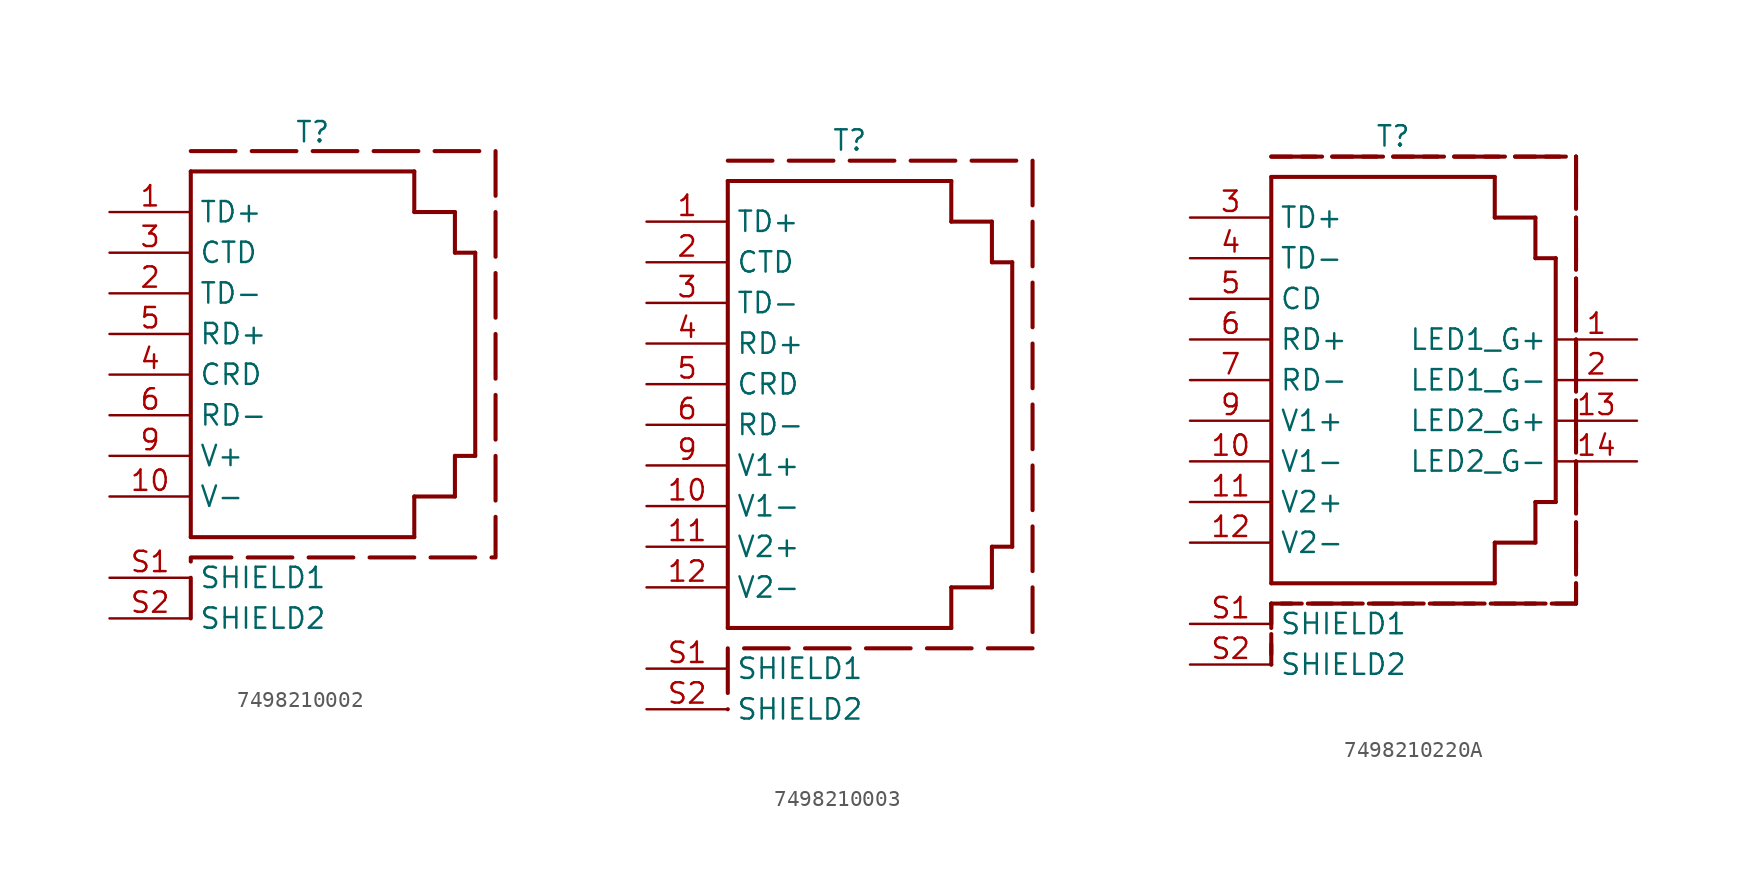
<source format=kicad_sym>
(kicad_symbol_lib
  (version 20220914)
  (generator kicad_symbol_editor)
  (symbol "7498210002"
    (property "Reference" "T"
      (at 0 15.16 0)
      (effects (font (size 1.27 1.27))))
    (property "Critical Parameter" ""
      (at 0 -5.08 0)
      (effects (font (size 1.27 1.27)) (justify left)))
    (symbol "7498210002_0_0"
      (polyline (pts (xy -7.62 -10.16) (xy -7.62 12.7)) (stroke (width 0.254) (type default)) (fill (type none)))
      (polyline (pts (xy -7.62 12.7) (xy 6.35 12.7)) (stroke (width 0.254) (type default)) (fill (type none)))
      (polyline (pts (xy 6.35 -10.16) (xy -7.62 -10.16)) (stroke (width 0.254) (type default)) (fill (type none)))
      (polyline (pts (xy 6.35 -10.16) (xy 6.35 -7.62)) (stroke (width 0.254) (type default)) (fill (type none)))
      (polyline (pts (xy 6.35 -7.62) (xy 8.89 -7.62)) (stroke (width 0.254) (type default)) (fill (type none)))
      (polyline (pts (xy 6.35 10.16) (xy 8.89 10.16)) (stroke (width 0.254) (type default)) (fill (type none)))
      (polyline (pts (xy 6.35 12.7) (xy 6.35 10.16)) (stroke (width 0.254) (type default)) (fill (type none)))
      (polyline (pts (xy 8.89 -7.62) (xy 8.89 -5.08)) (stroke (width 0.254) (type default)) (fill (type none)))
      (polyline (pts (xy 8.89 -5.08) (xy 10.16 -5.08)) (stroke (width 0.254) (type default)) (fill (type none)))
      (polyline (pts (xy 8.89 7.62) (xy 10.16 7.62)) (stroke (width 0.254) (type default)) (fill (type none)))
      (polyline (pts (xy 8.89 10.16) (xy 8.89 7.62)) (stroke (width 0.254) (type default)) (fill (type none)))
      (polyline (pts (xy 10.16 7.62) (xy 10.16 -5.08)) (stroke (width 0.254) (type default)) (fill (type none)))
      (pin passive line (at -12.7 10.16 0) (length 5.08) (name "TD+" (effects (font (size 1.27 1.27)))) (number "1" (effects (font (size 1.27 1.27)))))
      (pin passive line (at -12.7 -7.62 0) (length 5.08) (name "V-" (effects (font (size 1.27 1.27)))) (number "10" (effects (font (size 1.27 1.27)))))
      (pin passive line (at -12.7 5.08 0) (length 5.08) (name "TD-" (effects (font (size 1.27 1.27)))) (number "2" (effects (font (size 1.27 1.27)))))
      (pin passive line (at -12.7 7.62 0) (length 5.08) (name "CTD" (effects (font (size 1.27 1.27)))) (number "3" (effects (font (size 1.27 1.27)))))
      (pin passive line (at -12.7 0 0) (length 5.08) (name "CRD" (effects (font (size 1.27 1.27)))) (number "4" (effects (font (size 1.27 1.27)))))
      (pin passive line (at -12.7 2.54 0) (length 5.08) (name "RD+" (effects (font (size 1.27 1.27)))) (number "5" (effects (font (size 1.27 1.27)))))
      (pin passive line (at -12.7 -2.54 0) (length 5.08) (name "RD-" (effects (font (size 1.27 1.27)))) (number "6" (effects (font (size 1.27 1.27)))))
      (pin passive line (at -12.7 -5.08 0) (length 5.08) (name "V+" (effects (font (size 1.27 1.27)))) (number "9" (effects (font (size 1.27 1.27)))))
      (pin passive line (at -12.7 -12.7 0) (length 5.08) (name "SHIELD1" (effects (font (size 1.27 1.27)))) (number "S1" (effects (font (size 1.27 1.27)))))
      (pin passive line (at -12.7 -15.24 0) (length 5.08) (name "SHIELD2" (effects (font (size 1.27 1.27)))) (number "S2" (effects (font (size 1.27 1.27))))))
    (symbol "7498210002_1_1"
      (polyline (pts (xy -7.62 13.97) (xy 11.43 13.97) (xy 11.43 -11.43) (xy -7.62 -11.43) (xy -7.62 -15.24)) (stroke (width 0.254) (type dash)) (fill (type none)))))
  (symbol "7498210003"
    (property "Reference" "T"
      (at 0 17.78 0)
      (effects (font (size 1.27 1.27))))
    (property "Critical Parameter" ""
      (at 0 -5.08 0)
      (effects (font (size 1.27 1.27)) (justify left)))
    (symbol "7498210003_0_0"
      (polyline (pts (xy -7.62 -12.7) (xy -7.62 15.24)) (stroke (width 0.254) (type default)) (fill (type none)))
      (polyline (pts (xy -7.62 15.24) (xy 6.35 15.24)) (stroke (width 0.254) (type default)) (fill (type none)))
      (polyline (pts (xy 6.35 -12.7) (xy -7.62 -12.7)) (stroke (width 0.254) (type default)) (fill (type none)))
      (polyline (pts (xy 6.35 -12.7) (xy 6.35 -10.16)) (stroke (width 0.254) (type default)) (fill (type none)))
      (polyline (pts (xy 6.35 -10.16) (xy 8.89 -10.16)) (stroke (width 0.254) (type default)) (fill (type none)))
      (polyline (pts (xy 6.35 12.7) (xy 8.89 12.7)) (stroke (width 0.254) (type default)) (fill (type none)))
      (polyline (pts (xy 6.35 15.24) (xy 6.35 12.7)) (stroke (width 0.254) (type default)) (fill (type none)))
      (polyline (pts (xy 8.89 -10.16) (xy 8.89 -7.62)) (stroke (width 0.254) (type default)) (fill (type none)))
      (polyline (pts (xy 8.89 -7.62) (xy 10.16 -7.62)) (stroke (width 0.254) (type default)) (fill (type none)))
      (polyline (pts (xy 8.89 10.16) (xy 10.16 10.16)) (stroke (width 0.254) (type default)) (fill (type none)))
      (polyline (pts (xy 8.89 12.7) (xy 8.89 10.16)) (stroke (width 0.254) (type default)) (fill (type none)))
      (polyline (pts (xy 10.16 10.16) (xy 10.16 -7.62)) (stroke (width 0.254) (type default)) (fill (type none)))
      (pin passive line (at -12.7 12.7 0) (length 5.08) (name "TD+" (effects (font (size 1.27 1.27)))) (number "1" (effects (font (size 1.27 1.27)))))
      (pin passive line (at -12.7 -5.08 0) (length 5.08) (name "V1-" (effects (font (size 1.27 1.27)))) (number "10" (effects (font (size 1.27 1.27)))))
      (pin passive line (at -12.7 -7.62 0) (length 5.08) (name "V2+" (effects (font (size 1.27 1.27)))) (number "11" (effects (font (size 1.27 1.27)))))
      (pin passive line (at -12.7 -10.16 0) (length 5.08) (name "V2-" (effects (font (size 1.27 1.27)))) (number "12" (effects (font (size 1.27 1.27)))))
      (pin passive line (at -12.7 10.16 0) (length 5.08) (name "CTD" (effects (font (size 1.27 1.27)))) (number "2" (effects (font (size 1.27 1.27)))))
      (pin passive line (at -12.7 7.62 0) (length 5.08) (name "TD-" (effects (font (size 1.27 1.27)))) (number "3" (effects (font (size 1.27 1.27)))))
      (pin passive line (at -12.7 5.08 0) (length 5.08) (name "RD+" (effects (font (size 1.27 1.27)))) (number "4" (effects (font (size 1.27 1.27)))))
      (pin passive line (at -12.7 2.54 0) (length 5.08) (name "CRD" (effects (font (size 1.27 1.27)))) (number "5" (effects (font (size 1.27 1.27)))))
      (pin passive line (at -12.7 0 0) (length 5.08) (name "RD-" (effects (font (size 1.27 1.27)))) (number "6" (effects (font (size 1.27 1.27)))))
      (pin passive line (at -12.7 -2.54 0) (length 5.08) (name "V1+" (effects (font (size 1.27 1.27)))) (number "9" (effects (font (size 1.27 1.27)))))
      (pin passive line (at -12.7 -15.24 0) (length 5.08) (name "SHIELD1" (effects (font (size 1.27 1.27)))) (number "S1" (effects (font (size 1.27 1.27)))))
      (pin passive line (at -12.7 -17.78 0) (length 5.08) (name "SHIELD2" (effects (font (size 1.27 1.27)))) (number "S2" (effects (font (size 1.27 1.27))))))
    (symbol "7498210003_1_1"
      (polyline (pts (xy -7.62 16.51) (xy 11.43 16.51) (xy 11.43 -13.97) (xy -7.62 -13.97) (xy -7.62 -17.78)) (stroke (width 0.254) (type dash)) (fill (type none)))))
  (symbol "7498210220A"
    (property "Reference" "T"
      (at 0 17.78 0)
      (effects (font (size 1.27 1.27))))
    (property "Critical Parameter" ""
      (at 0 -5.08 0)
      (effects (font (size 1.27 1.27)) (justify left)))
    (symbol "7498210220A_0_0"
      (polyline (pts (xy -7.62 -15.24) (xy -7.62 -15.24)) (stroke (width 0.254) (type default)) (fill (type none)))
      (polyline (pts (xy -7.62 -13.335) (xy -7.62 -14.605)) (stroke (width 0.254) (type default)) (fill (type none)))
      (polyline (pts (xy -7.62 -11.43) (xy -7.62 -12.7)) (stroke (width 0.254) (type default)) (fill (type none)))
      (polyline (pts (xy -7.62 -11.43) (xy -7.62 -11.43)) (stroke (width 0.254) (type default)) (fill (type none)))
      (polyline (pts (xy -7.62 -10.16) (xy -7.62 15.24)) (stroke (width 0.254) (type default)) (fill (type none)))
      (polyline (pts (xy -7.62 15.24) (xy 6.35 15.24)) (stroke (width 0.254) (type default)) (fill (type none)))
      (polyline (pts (xy -7.62 16.51) (xy -6.35 16.51)) (stroke (width 0.254) (type default)) (fill (type none)))
      (polyline (pts (xy -5.715 -11.43) (xy -6.985 -11.43)) (stroke (width 0.254) (type default)) (fill (type none)))
      (polyline (pts (xy -5.715 16.51) (xy -4.445 16.51)) (stroke (width 0.254) (type default)) (fill (type none)))
      (polyline (pts (xy -3.81 -11.43) (xy -5.08 -11.43)) (stroke (width 0.254) (type default)) (fill (type none)))
      (polyline (pts (xy -3.81 16.51) (xy -2.54 16.51)) (stroke (width 0.254) (type default)) (fill (type none)))
      (polyline (pts (xy -1.905 -11.43) (xy -3.175 -11.43)) (stroke (width 0.254) (type default)) (fill (type none)))
      (polyline (pts (xy -1.905 16.51) (xy -0.635 16.51)) (stroke (width 0.254) (type default)) (fill (type none)))
      (polyline (pts (xy 0 -11.43) (xy -1.27 -11.43)) (stroke (width 0.254) (type default)) (fill (type none)))
      (polyline (pts (xy 0 16.51) (xy 1.27 16.51)) (stroke (width 0.254) (type default)) (fill (type none)))
      (polyline (pts (xy 1.905 -11.43) (xy 0.635 -11.43)) (stroke (width 0.254) (type default)) (fill (type none)))
      (polyline (pts (xy 1.905 16.51) (xy 3.175 16.51)) (stroke (width 0.254) (type default)) (fill (type none)))
      (polyline (pts (xy 3.81 -11.43) (xy 2.54 -11.43)) (stroke (width 0.254) (type default)) (fill (type none)))
      (polyline (pts (xy 3.81 16.51) (xy 5.08 16.51)) (stroke (width 0.254) (type default)) (fill (type none)))
      (polyline (pts (xy 5.715 -11.43) (xy 4.445 -11.43)) (stroke (width 0.254) (type default)) (fill (type none)))
      (polyline (pts (xy 5.715 16.51) (xy 6.985 16.51)) (stroke (width 0.254) (type default)) (fill (type none)))
      (polyline (pts (xy 6.35 -10.16) (xy -7.62 -10.16)) (stroke (width 0.254) (type default)) (fill (type none)))
      (polyline (pts (xy 6.35 -10.16) (xy 6.35 -7.62)) (stroke (width 0.254) (type default)) (fill (type none)))
      (polyline (pts (xy 6.35 -7.62) (xy 8.89 -7.62)) (stroke (width 0.254) (type default)) (fill (type none)))
      (polyline (pts (xy 6.35 12.7) (xy 8.89 12.7)) (stroke (width 0.254) (type default)) (fill (type none)))
      (polyline (pts (xy 6.35 15.24) (xy 6.35 12.7)) (stroke (width 0.254) (type default)) (fill (type none)))
      (polyline (pts (xy 7.62 -11.43) (xy 6.35 -11.43)) (stroke (width 0.254) (type default)) (fill (type none)))
      (polyline (pts (xy 7.62 16.51) (xy 8.89 16.51)) (stroke (width 0.254) (type default)) (fill (type none)))
      (polyline (pts (xy 8.89 -7.62) (xy 8.89 -5.08)) (stroke (width 0.254) (type default)) (fill (type none)))
      (polyline (pts (xy 8.89 -5.08) (xy 10.16 -5.08)) (stroke (width 0.254) (type default)) (fill (type none)))
      (polyline (pts (xy 8.89 10.16) (xy 10.16 10.16)) (stroke (width 0.254) (type default)) (fill (type none)))
      (polyline (pts (xy 8.89 12.7) (xy 8.89 10.16)) (stroke (width 0.254) (type default)) (fill (type none)))
      (polyline (pts (xy 9.525 -11.43) (xy 8.255 -11.43)) (stroke (width 0.254) (type default)) (fill (type none)))
      (polyline (pts (xy 9.525 16.51) (xy 10.795 16.51)) (stroke (width 0.254) (type default)) (fill (type none)))
      (polyline (pts (xy 10.16 10.16) (xy 10.16 -5.08)) (stroke (width 0.254) (type default)) (fill (type none)))
      (polyline (pts (xy 11.43 -11.43) (xy 10.16 -11.43)) (stroke (width 0.254) (type default)) (fill (type none)))
      (polyline (pts (xy 11.43 -10.16) (xy 11.43 -11.43)) (stroke (width 0.254) (type default)) (fill (type none)))
      (polyline (pts (xy 11.43 -8.255) (xy 11.43 -9.616)) (stroke (width 0.254) (type default)) (fill (type none)))
      (polyline (pts (xy 11.43 -6.35) (xy 11.43 -7.711)) (stroke (width 0.254) (type default)) (fill (type none)))
      (polyline (pts (xy 11.43 -4.445) (xy 11.43 -5.806)) (stroke (width 0.254) (type default)) (fill (type none)))
      (polyline (pts (xy 11.43 -2.54) (xy 11.43 -3.901)) (stroke (width 0.254) (type default)) (fill (type none)))
      (polyline (pts (xy 11.43 -0.635) (xy 11.43 -1.996)) (stroke (width 0.254) (type default)) (fill (type none)))
      (polyline (pts (xy 11.43 1.27) (xy 11.43 -0.091)) (stroke (width 0.254) (type default)) (fill (type none)))
      (polyline (pts (xy 11.43 3.175) (xy 11.43 1.814)) (stroke (width 0.254) (type default)) (fill (type none)))
      (polyline (pts (xy 11.43 5.08) (xy 11.43 3.719)) (stroke (width 0.254) (type default)) (fill (type none)))
      (polyline (pts (xy 11.43 6.985) (xy 11.43 5.624)) (stroke (width 0.254) (type default)) (fill (type none)))
      (polyline (pts (xy 11.43 8.89) (xy 11.43 7.529)) (stroke (width 0.254) (type default)) (fill (type none)))
      (polyline (pts (xy 11.43 10.795) (xy 11.43 9.434)) (stroke (width 0.254) (type default)) (fill (type none)))
      (polyline (pts (xy 11.43 12.7) (xy 11.43 11.339)) (stroke (width 0.254) (type default)) (fill (type none)))
      (polyline (pts (xy 11.43 14.605) (xy 11.43 13.244)) (stroke (width 0.254) (type default)) (fill (type none)))
      (polyline (pts (xy 11.43 16.51) (xy 11.43 15.149)) (stroke (width 0.254) (type default)) (fill (type none)))
      (polyline (pts (xy 11.43 16.51) (xy 11.43 16.51)) (stroke (width 0.254) (type default)) (fill (type none)))
      (pin passive line (at -12.7 -2.54 0) (length 5.08) (name "V1-" (effects (font (size 1.27 1.27)))) (number "10" (effects (font (size 1.27 1.27)))))
      (pin passive line (at -12.7 -5.08 0) (length 5.08) (name "V2+" (effects (font (size 1.27 1.27)))) (number "11" (effects (font (size 1.27 1.27)))))
      (pin passive line (at -12.7 -7.62 0) (length 5.08) (name "V2-" (effects (font (size 1.27 1.27)))) (number "12" (effects (font (size 1.27 1.27)))))
      (pin passive line (at -12.7 12.7 0) (length 5.08) (name "TD+" (effects (font (size 1.27 1.27)))) (number "3" (effects (font (size 1.27 1.27)))))
      (pin passive line (at -12.7 10.16 0) (length 5.08) (name "TD-" (effects (font (size 1.27 1.27)))) (number "4" (effects (font (size 1.27 1.27)))))
      (pin passive line (at -12.7 7.62 0) (length 5.08) (name "CD" (effects (font (size 1.27 1.27)))) (number "5" (effects (font (size 1.27 1.27)))))
      (pin passive line (at -12.7 5.08 0) (length 5.08) (name "RD+" (effects (font (size 1.27 1.27)))) (number "6" (effects (font (size 1.27 1.27)))))
      (pin passive line (at -12.7 2.54 0) (length 5.08) (name "RD-" (effects (font (size 1.27 1.27)))) (number "7" (effects (font (size 1.27 1.27)))))
      (pin passive line (at -12.7 0 0) (length 5.08) (name "V1+" (effects (font (size 1.27 1.27)))) (number "9" (effects (font (size 1.27 1.27)))))
      (pin passive line (at -12.7 -12.7 0) (length 5.08) (name "SHIELD1" (effects (font (size 1.27 1.27)))) (number "S1" (effects (font (size 1.27 1.27)))))
      (pin passive line (at -12.7 -15.24 0) (length 5.08) (name "SHIELD2" (effects (font (size 1.27 1.27)))) (number "S2" (effects (font (size 1.27 1.27))))))
    (symbol "7498210220A_1_0"
      (pin passive line (at 15.24 5.08 180) (length 5.08) (name "LED1_G+" (effects (font (size 1.27 1.27)))) (number "1" (effects (font (size 1.27 1.27)))))
      (pin passive line (at 15.24 0 180) (length 5.08) (name "LED2_G+" (effects (font (size 1.27 1.27)))) (number "13" (effects (font (size 1.27 1.27)))))
      (pin passive line (at 15.24 -2.54 180) (length 5.08) (name "LED2_G-" (effects (font (size 1.27 1.27)))) (number "14" (effects (font (size 1.27 1.27)))))
      (pin passive line (at 15.24 2.54 180) (length 5.08) (name "LED1_G-" (effects (font (size 1.27 1.27)))) (number "2" (effects (font (size 1.27 1.27))))))
    (symbol "7498210220A_1_1"
      (polyline (pts (xy -7.62 16.51) (xy 11.43 16.51) (xy 11.43 -11.43) (xy -7.62 -11.43) (xy -7.62 -15.24)) (stroke (width 0.254) (type dash)) (fill (type none))))))
</source>
